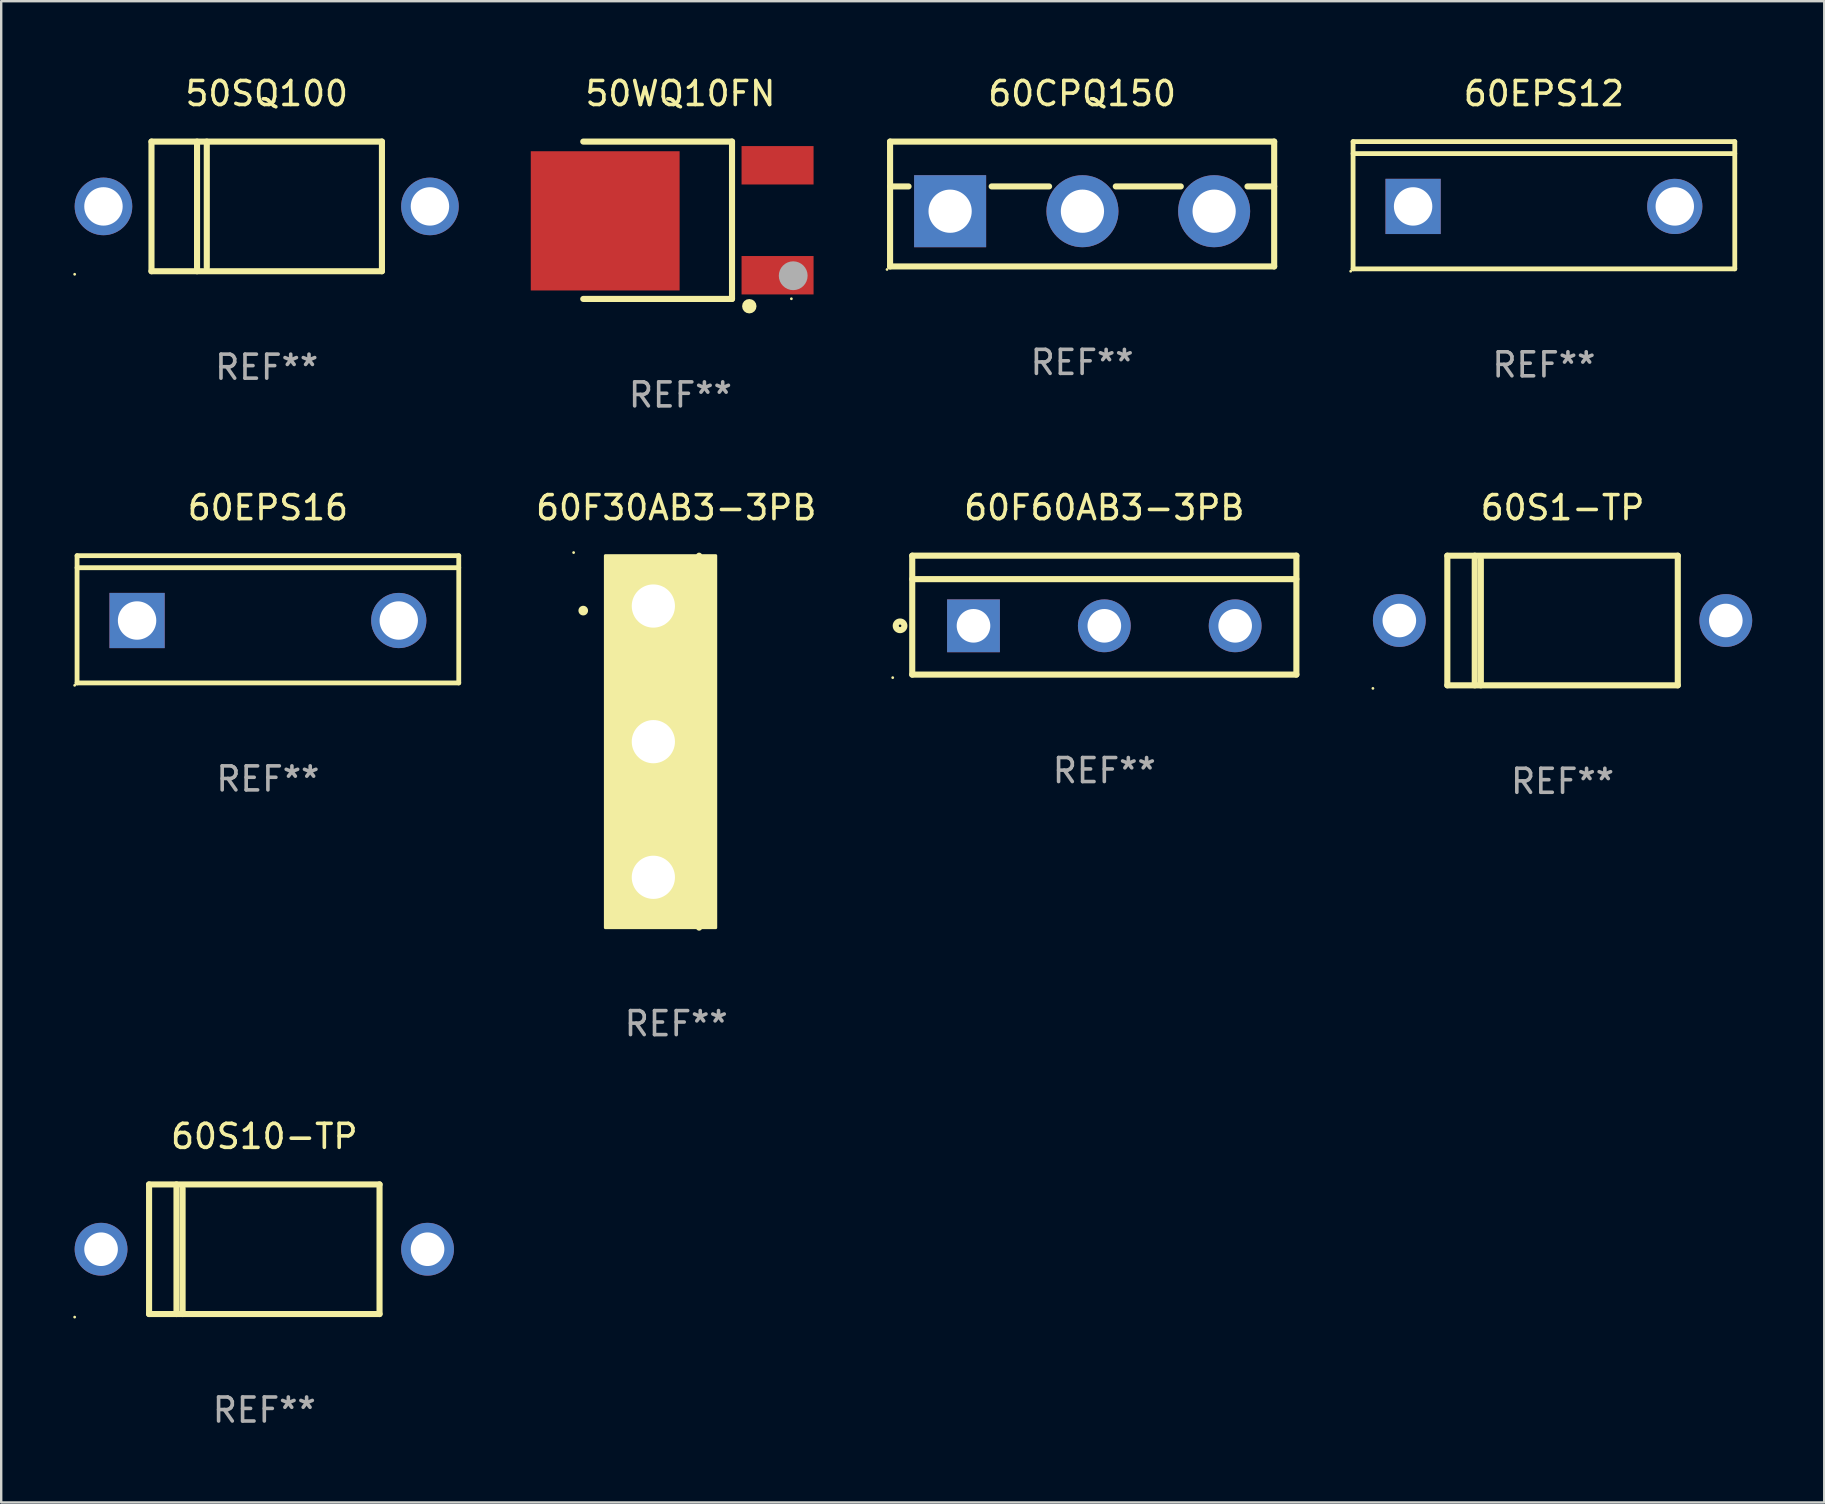
<source format=kicad_pcb>
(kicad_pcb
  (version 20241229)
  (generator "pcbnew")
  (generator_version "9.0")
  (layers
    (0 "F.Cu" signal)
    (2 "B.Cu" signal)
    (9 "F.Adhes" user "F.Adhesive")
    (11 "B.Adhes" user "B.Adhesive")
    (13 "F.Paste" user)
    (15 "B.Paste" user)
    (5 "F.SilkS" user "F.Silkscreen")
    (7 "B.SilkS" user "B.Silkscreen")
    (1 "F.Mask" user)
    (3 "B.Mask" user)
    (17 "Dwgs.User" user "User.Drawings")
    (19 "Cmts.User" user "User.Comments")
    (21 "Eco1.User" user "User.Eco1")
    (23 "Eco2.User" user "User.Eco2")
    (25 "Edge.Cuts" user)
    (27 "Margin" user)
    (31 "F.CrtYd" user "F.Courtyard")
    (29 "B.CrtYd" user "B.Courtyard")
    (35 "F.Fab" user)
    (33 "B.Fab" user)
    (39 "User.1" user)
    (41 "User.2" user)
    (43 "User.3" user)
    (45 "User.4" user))
  (footprint "60S10-TP"
    (layer "F.Cu")
    (at 7.96 48.988)
    (property "Reference" "60S10-TP" (at 0 -4.7 0) (layer "F.SilkS") (effects (font (size 1 1) (thickness 0.15))))
    (attr through_hole)
    (fp_line (start -4.8 -2.7) (end 4.8 -2.7) (stroke (width 0.254) (type solid)) (layer "F.SilkS"))
    (fp_line (start -4.8 2.7) (end -4.8 -2.7) (stroke (width 0.254) (type solid)) (layer "F.SilkS"))
    (fp_line (start -3.658 2.7) (end -3.658 -2.7) (stroke (width 0.254) (type solid)) (layer "F.SilkS"))
    (fp_line (start -3.404 2.7) (end -3.404 -2.54) (stroke (width 0.254) (type solid)) (layer "F.SilkS"))
    (fp_line (start 4.8 2.7) (end -4.8 2.7) (stroke (width 0.254) (type solid)) (layer "F.SilkS"))
    (fp_line (start 4.8 2.7) (end 4.8 -2.7) (stroke (width 0.254) (type solid)) (layer "F.SilkS"))
    (fp_circle (center -7.9 2.827) (end -7.87 2.827) (stroke (width 0.06) (type solid)) (fill no) (layer "F.SilkS"))
    (fp_text user "REF**" (at 0 6.7 0) (layer "F.Fab") (effects (font (size 1 1) (thickness 0.15))))
    (pad "1" thru_hole circle (at -6.8 0) (size 2.2 2.2) (drill 1.4) (layers "*.Cu" "*.Mask"))
    (pad "2" thru_hole circle (at 6.8 0) (size 2.2 2.2) (drill 1.4) (layers "*.Cu" "*.Mask")))
  (footprint "60CPQ150"
    (layer "F.Cu")
    (at 42.027 5.448)
    (property "Reference" "60CPQ150" (at 0 -4.6 0) (layer "F.SilkS") (effects (font (size 1 1) (thickness 0.15))))
    (attr through_hole)
    (fp_line (start -8 -2.6) (end -8 2.6) (stroke (width 0.254) (type solid)) (layer "F.SilkS"))
    (fp_line (start -8 -2.6) (end 8 -2.6) (stroke (width 0.254) (type solid)) (layer "F.SilkS"))
    (fp_line (start -8 -0.732) (end -7.23 -0.732) (stroke (width 0.254) (type solid)) (layer "F.SilkS"))
    (fp_line (start -8 2.6) (end 8 2.6) (stroke (width 0.254) (type solid)) (layer "F.SilkS"))
    (fp_line (start -3.768 -0.732) (end -1.376 -0.732) (stroke (width 0.254) (type solid)) (layer "F.SilkS"))
    (fp_line (start 1.402 -0.732) (end 4.11 -0.732) (stroke (width 0.254) (type solid)) (layer "F.SilkS"))
    (fp_line (start 6.888 -0.732) (end 8 -0.732) (stroke (width 0.254) (type solid)) (layer "F.SilkS"))
    (fp_line (start 8 -2.6) (end 8 2.6) (stroke (width 0.254) (type solid)) (layer "F.SilkS"))
    (fp_circle (center -8.127 2.727) (end -8.097 2.727) (stroke (width 0.06) (type solid)) (fill no) (layer "F.SilkS"))
    (fp_text user "REF**" (at 0 6.6 0) (layer "F.Fab") (effects (font (size 1 1) (thickness 0.15))))
    (pad "1" thru_hole rect (at -5.499 0.3) (size 3 3) (drill 1.8) (layers "*.Cu" "*.Mask"))
    (pad "2" thru_hole circle (at 0.013 0.3) (size 3 3) (drill 1.8) (layers "*.Cu" "*.Mask"))
    (pad "3" thru_hole circle (at 5.499 0.3) (size 3 3) (drill 1.8) (layers "*.Cu" "*.Mask")))
  (footprint "60EPS12"
    (layer "F.Cu")
    (at 61.264 5.499)
    (property "Reference" "60EPS12" (at 0 -4.65 0) (layer "F.SilkS") (effects (font (size 1 1) (thickness 0.15))))
    (attr through_hole)
    (fp_line (start -7.95 -2.65) (end -7.95 2.65) (stroke (width 0.2) (type solid)) (layer "F.SilkS"))
    (fp_line (start -7.95 -2.15) (end 7.95 -2.15) (stroke (width 0.2) (type solid)) (layer "F.SilkS"))
    (fp_line (start -7.95 2.65) (end 7.95 2.65) (stroke (width 0.2) (type solid)) (layer "F.SilkS"))
    (fp_line (start 7.95 -2.65) (end -7.95 -2.65) (stroke (width 0.2) (type solid)) (layer "F.SilkS"))
    (fp_line (start 7.95 2.65) (end 7.95 -2.65) (stroke (width 0.2) (type solid)) (layer "F.SilkS"))
    (fp_circle (center -8.05 2.75) (end -8.02 2.75) (stroke (width 0.06) (type solid)) (fill no) (layer "F.SilkS"))
    (fp_text user "REF**" (at 0 6.65 0) (layer "F.Fab") (effects (font (size 1 1) (thickness 0.15))))
    (pad "1" thru_hole rect (at -5.45 0.05) (size 2.3 2.3) (drill 1.6) (layers "*.Cu" "*.Mask"))
    (pad "3" thru_hole circle (at 5.451 0.05) (size 2.3 2.3) (drill 1.6) (layers "*.Cu" "*.Mask")))
  (footprint "50WQ10FN"
    (layer "F.Cu")
    (at 25.293 6.125)
    (property "Reference" "50WQ10FN" (at 0 -5.277 0) (layer "F.SilkS") (effects (font (size 1 1) (thickness 0.15))))
    (attr through_hole)
    (fp_line (start -4.047 -3.277) (end 2.15 -3.277) (stroke (width 0.254) (type solid)) (layer "F.SilkS"))
    (fp_line (start 2.15 -3.277) (end 2.15 3.277) (stroke (width 0.254) (type solid)) (layer "F.SilkS"))
    (fp_line (start 2.15 3.277) (end -4.047 3.277) (stroke (width 0.254) (type solid)) (layer "F.SilkS"))
    (fp_circle (center 2.87 3.581) (end 3.02 3.581) (stroke (width 0.3) (type solid)) (fill no) (layer "F.SilkS"))
    (fp_circle (center 4.623 3.27) (end 4.653 3.27) (stroke (width 0.06) (type solid)) (fill no) (layer "F.SilkS"))
    (fp_circle (center 4.699 2.311) (end 4.999 2.311) (stroke (width 0.6) (type solid)) (fill no) (layer "F.Fab"))
    (fp_text user "REF**" (at 0 7.277 0) (layer "F.Fab") (effects (font (size 1 1) (thickness 0.15))))
    (pad "1" smd rect (at 4.047 2.29) (size 3 1.6) (layers "F.Cu" "F.Mask" "F.Paste"))
    (pad "3" smd rect (at 4.047 -2.29) (size 3 1.6) (layers "F.Cu" "F.Mask" "F.Paste"))
    (pad "4" smd rect (at -3.133 0.025) (size 6.2 5.8) (layers "F.Cu" "F.Mask" "F.Paste")))
  (footprint "60F30AB3-3PB"
    (layer "F.Cu")
    (at 25.119 27.845)
    (property "Reference" "60F30AB3-3PB" (at 0 -9.747 0) (layer "F.SilkS") (effects (font (size 1 1) (thickness 0.15))))
    (attr through_hole)
    (fp_line (start 0.953 7.747) (end 0.953 -7.747) (stroke (width 0.254) (type solid)) (layer "F.SilkS"))
    (fp_arc (start -3.873508 -5.458471) (mid -3.873512 -5.459741) (end -3.873508 -5.461011) (stroke (width 0.4) (type solid)) (layer "F.SilkS"))
    (fp_circle (center -4.274 -7.877) (end -4.244 -7.877) (stroke (width 0.06) (type solid)) (fill no) (layer "F.SilkS"))
    (fp_poly (pts (xy -2.953 -7.75) (xy 1.647 -7.75) (xy 1.647 7.75) (xy -2.953 7.75)) (stroke (width 0.12) (type solid)) (fill yes) (layer "F.SilkS"))
    (fp_text user "REF**" (at 0 11.747 0) (layer "F.Fab") (effects (font (size 1 1) (thickness 0.15))))
    (pad "1" thru_hole rect (at -0.953 -5.65 270) (size 3 3) (drill 1.8) (layers "*.Cu" "*.Mask"))
    (pad "2" thru_hole circle (at -0.953 0 270) (size 3 3) (drill 1.8) (layers "*.Cu" "*.Mask"))
    (pad "3" thru_hole circle (at -0.953 5.65 270) (size 3 3) (drill 1.8) (layers "*.Cu" "*.Mask")))
  (footprint "60F60AB3-3PB"
    (layer "F.Cu")
    (at 42.951 22.574)
    (property "Reference" "60F60AB3-3PB" (at 0 -4.477 0) (layer "F.SilkS") (effects (font (size 1 1) (thickness 0.15))))
    (attr through_hole)
    (fp_line (start -8.001 -2.477) (end 8.001 -2.477) (stroke (width 0.254) (type solid)) (layer "F.SilkS"))
    (fp_line (start -8.001 2.477) (end -8.001 -2.477) (stroke (width 0.254) (type solid)) (layer "F.SilkS"))
    (fp_line (start -7.999 -1.5) (end 8.001 -1.5) (stroke (width 0.254) (type solid)) (layer "F.SilkS"))
    (fp_line (start 8.001 -2.477) (end 8.001 2.477) (stroke (width 0.254) (type solid)) (layer "F.SilkS"))
    (fp_line (start 8.001 2.477) (end -8.001 2.477) (stroke (width 0.254) (type solid)) (layer "F.SilkS"))
    (fp_circle (center -8.814 2.604) (end -8.784 2.604) (stroke (width 0.06) (type solid)) (fill no) (layer "F.SilkS"))
    (fp_circle (center -8.508 0.445) (end -8.328 0.445) (stroke (width 0.254) (type solid)) (fill no) (layer "F.SilkS"))
    (fp_text user "REF**" (at 0 6.477 0) (layer "F.Fab") (effects (font (size 1 1) (thickness 0.15))))
    (pad "1" thru_hole rect (at -5.449 0.445) (size 2.2 2.2) (drill 1.4) (layers "*.Cu" "*.Mask"))
    (pad "2" thru_hole circle (at 0.001 0.445) (size 2.2 2.2) (drill 1.4) (layers "*.Cu" "*.Mask"))
    (pad "3" thru_hole circle (at 5.451 0.445) (size 2.2 2.2) (drill 1.4) (layers "*.Cu" "*.Mask")))
  (footprint "60S1-TP"
    (layer "F.Cu")
    (at 62.04 22.798)
    (property "Reference" "60S1-TP" (at 0 -4.7 0) (layer "F.SilkS") (effects (font (size 1 1) (thickness 0.15))))
    (attr through_hole)
    (fp_line (start -4.8 -2.7) (end 4.8 -2.7) (stroke (width 0.254) (type solid)) (layer "F.SilkS"))
    (fp_line (start -4.8 2.7) (end -4.8 -2.7) (stroke (width 0.254) (type solid)) (layer "F.SilkS"))
    (fp_line (start -3.658 2.7) (end -3.658 -2.7) (stroke (width 0.254) (type solid)) (layer "F.SilkS"))
    (fp_line (start -3.404 2.7) (end -3.404 -2.54) (stroke (width 0.254) (type solid)) (layer "F.SilkS"))
    (fp_line (start 4.8 2.7) (end -4.8 2.7) (stroke (width 0.254) (type solid)) (layer "F.SilkS"))
    (fp_line (start 4.8 2.7) (end 4.8 -2.7) (stroke (width 0.254) (type solid)) (layer "F.SilkS"))
    (fp_circle (center -7.9 2.827) (end -7.87 2.827) (stroke (width 0.06) (type solid)) (fill no) (layer "F.SilkS"))
    (fp_text user "REF**" (at 0 6.7 0) (layer "F.Fab") (effects (font (size 1 1) (thickness 0.15))))
    (pad "1" thru_hole circle (at -6.8 0) (size 2.2 2.2) (drill 1.4) (layers "*.Cu" "*.Mask"))
    (pad "2" thru_hole circle (at 6.8 0) (size 2.2 2.2) (drill 1.4) (layers "*.Cu" "*.Mask")))
  (footprint "60EPS16"
    (layer "F.Cu")
    (at 8.11 22.748)
    (property "Reference" "60EPS16" (at 0 -4.65 0) (layer "F.SilkS") (effects (font (size 1 1) (thickness 0.15))))
    (attr through_hole)
    (fp_line (start -7.95 -2.65) (end -7.95 2.65) (stroke (width 0.2) (type solid)) (layer "F.SilkS"))
    (fp_line (start -7.95 -2.15) (end 7.95 -2.15) (stroke (width 0.2) (type solid)) (layer "F.SilkS"))
    (fp_line (start -7.95 2.65) (end 7.95 2.65) (stroke (width 0.2) (type solid)) (layer "F.SilkS"))
    (fp_line (start 7.95 -2.65) (end -7.95 -2.65) (stroke (width 0.2) (type solid)) (layer "F.SilkS"))
    (fp_line (start 7.95 2.65) (end 7.95 -2.65) (stroke (width 0.2) (type solid)) (layer "F.SilkS"))
    (fp_circle (center -8.05 2.75) (end -8.02 2.75) (stroke (width 0.06) (type solid)) (fill no) (layer "F.SilkS"))
    (fp_text user "REF**" (at 0 6.65 0) (layer "F.Fab") (effects (font (size 1 1) (thickness 0.15))))
    (pad "1" thru_hole rect (at -5.45 0.05) (size 2.3 2.3) (drill 1.6) (layers "*.Cu" "*.Mask"))
    (pad "3" thru_hole circle (at 5.451 0.05) (size 2.3 2.3) (drill 1.6) (layers "*.Cu" "*.Mask")))
  (footprint "50SQ100"
    (layer "F.Cu")
    (at 8.06 5.548)
    (property "Reference" "50SQ100" (at 0 -4.7 0) (layer "F.SilkS") (effects (font (size 1 1) (thickness 0.15))))
    (attr through_hole)
    (fp_line (start -4.8 -2.7) (end -4.8 2.7) (stroke (width 0.254) (type solid)) (layer "F.SilkS"))
    (fp_line (start -4.8 -2.7) (end 4.8 -2.7) (stroke (width 0.254) (type solid)) (layer "F.SilkS"))
    (fp_line (start -2.902 -2.7) (end -2.902 2.7) (stroke (width 0.254) (type solid)) (layer "F.SilkS"))
    (fp_line (start -2.496 -2.7) (end -2.496 2.54) (stroke (width 0.254) (type solid)) (layer "F.SilkS"))
    (fp_line (start 4.8 -2.7) (end 4.8 2.7) (stroke (width 0.254) (type solid)) (layer "F.SilkS"))
    (fp_line (start 4.8 2.7) (end -4.8 2.7) (stroke (width 0.254) (type solid)) (layer "F.SilkS"))
    (fp_circle (center -8 2.827) (end -7.97 2.827) (stroke (width 0.06) (type solid)) (fill no) (layer "F.SilkS"))
    (fp_text user "REF**" (at 0 6.7 0) (layer "F.Fab") (effects (font (size 1 1) (thickness 0.15))))
    (pad "1" thru_hole circle (at -6.8 0) (size 2.4 2.4) (drill 1.6) (layers "*.Cu" "*.Mask"))
    (pad "2" thru_hole circle (at 6.8 0) (size 2.4 2.4) (drill 1.6) (layers "*.Cu" "*.Mask")))
  (gr_rect
    (start -3 -3)
    (end 72.94 59.537)
    (stroke (width 0.1) (type default))
    (fill no)
    (layer "Edge.Cuts")))
</source>
